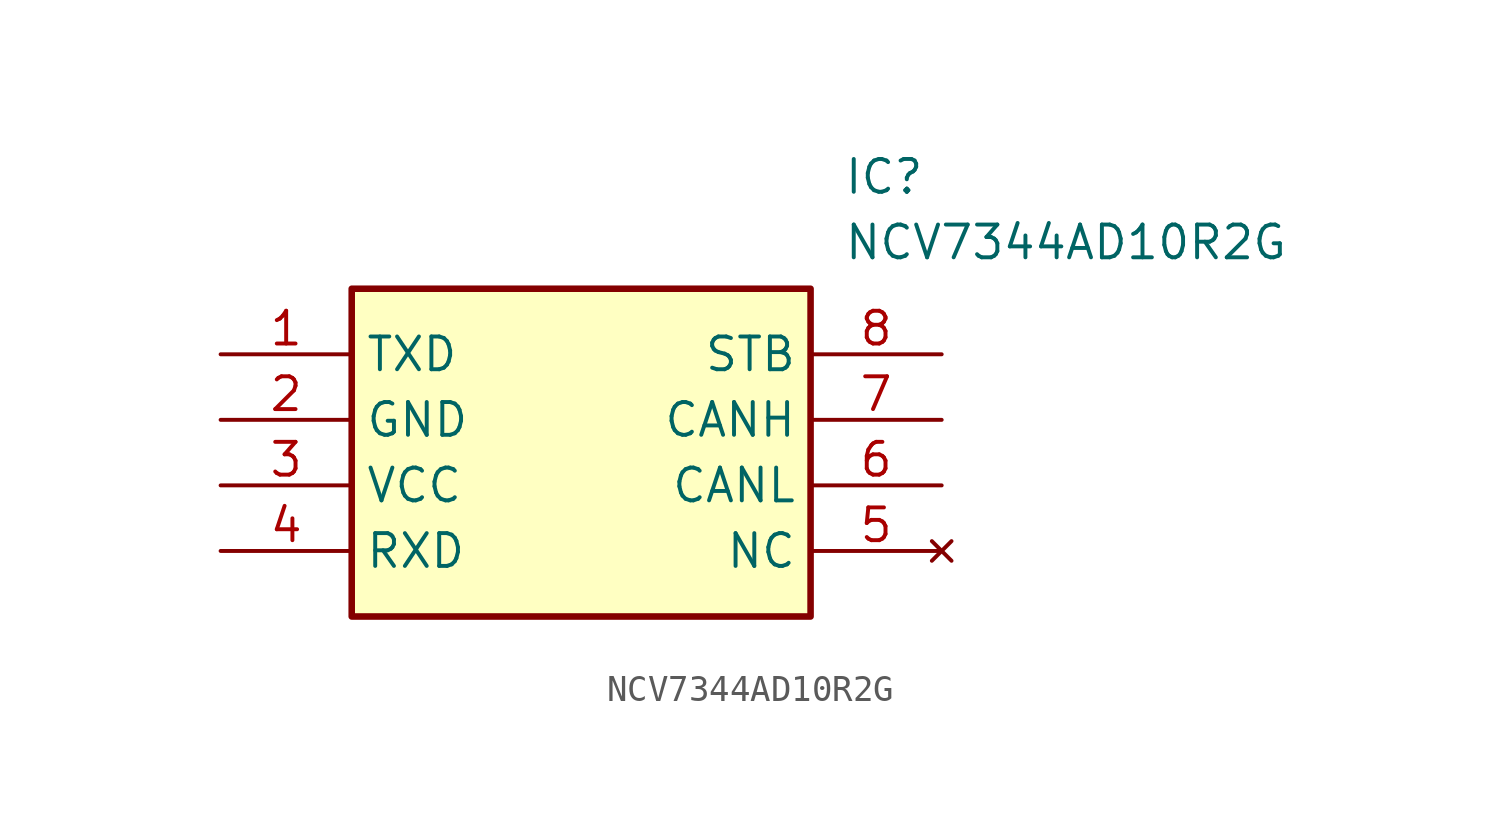
<source format=kicad_sym>
(kicad_symbol_lib
  (version 20211014)
  (generator SamacSys_ECAD_Model)
  (symbol "NCV7344AD10R2G"
    (property "Reference" "IC"
      (at 24.13 7.62 0)
      (effects (font (size 1.27 1.27)) (justify left top)))
    (property "Value" "NCV7344AD10R2G"
      (at 24.13 5.08 0)
      (effects (font (size 1.27 1.27)) (justify left top)))
    (rectangle
      (start 5.08 2.54)
      (end 22.86 -10.16)
      (stroke (width 0.254) (type default))
      (fill (type background)))
    (pin passive line
      (at 0 0 0)
      (length 5.08)
      (name "TXD" (effects (font (size 1.27 1.27))))
      (number "1" (effects (font (size 1.27 1.27)))))
    (pin passive line
      (at 0 -2.54 0)
      (length 5.08)
      (name "GND" (effects (font (size 1.27 1.27))))
      (number "2" (effects (font (size 1.27 1.27)))))
    (pin passive line
      (at 0 -5.08 0)
      (length 5.08)
      (name "VCC" (effects (font (size 1.27 1.27))))
      (number "3" (effects (font (size 1.27 1.27)))))
    (pin passive line
      (at 0 -7.62 0)
      (length 5.08)
      (name "RXD" (effects (font (size 1.27 1.27))))
      (number "4" (effects (font (size 1.27 1.27)))))
    (pin passive line
      (at 27.94 0 180)
      (length 5.08)
      (name "STB" (effects (font (size 1.27 1.27))))
      (number "8" (effects (font (size 1.27 1.27)))))
    (pin passive line
      (at 27.94 -2.54 180)
      (length 5.08)
      (name "CANH" (effects (font (size 1.27 1.27))))
      (number "7" (effects (font (size 1.27 1.27)))))
    (pin passive line
      (at 27.94 -5.08 180)
      (length 5.08)
      (name "CANL" (effects (font (size 1.27 1.27))))
      (number "6" (effects (font (size 1.27 1.27)))))
    (pin no_connect line
      (at 27.94 -7.62 180)
      (length 5.08)
      (name "NC" (effects (font (size 1.27 1.27))))
      (number "5" (effects (font (size 1.27 1.27)))))))
</source>
